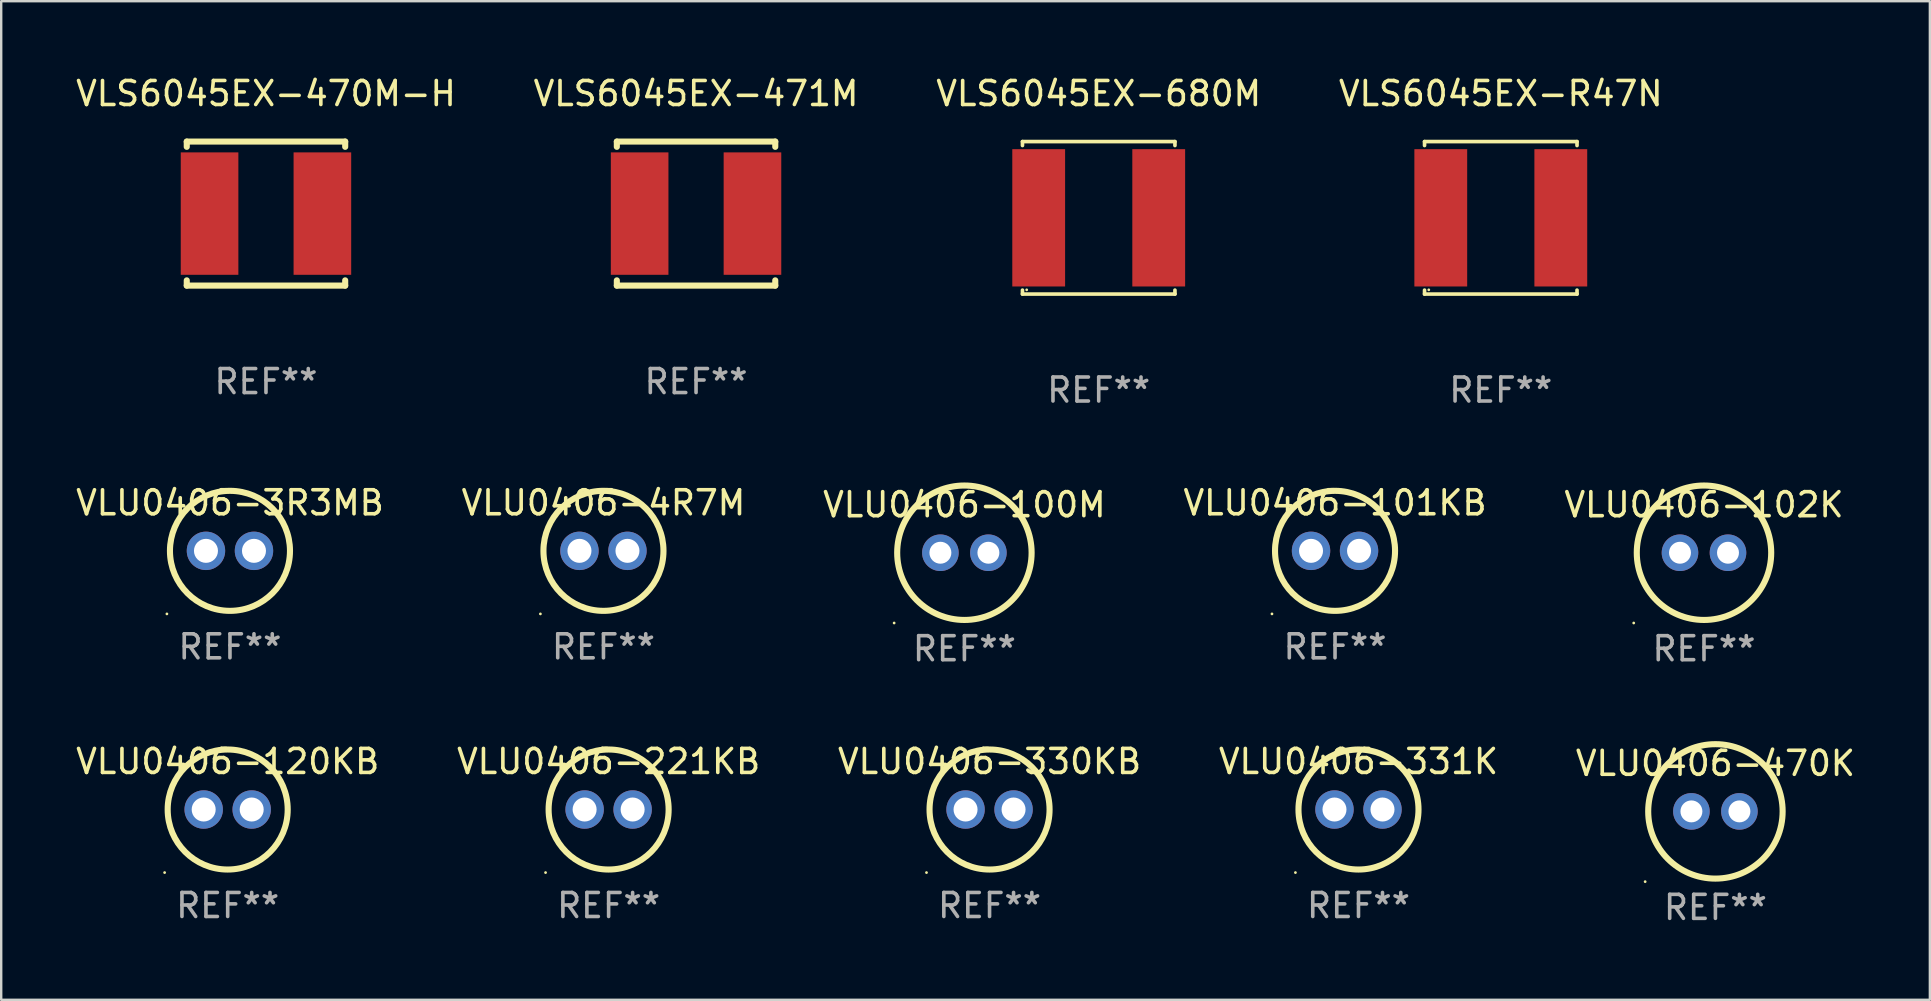
<source format=kicad_pcb>
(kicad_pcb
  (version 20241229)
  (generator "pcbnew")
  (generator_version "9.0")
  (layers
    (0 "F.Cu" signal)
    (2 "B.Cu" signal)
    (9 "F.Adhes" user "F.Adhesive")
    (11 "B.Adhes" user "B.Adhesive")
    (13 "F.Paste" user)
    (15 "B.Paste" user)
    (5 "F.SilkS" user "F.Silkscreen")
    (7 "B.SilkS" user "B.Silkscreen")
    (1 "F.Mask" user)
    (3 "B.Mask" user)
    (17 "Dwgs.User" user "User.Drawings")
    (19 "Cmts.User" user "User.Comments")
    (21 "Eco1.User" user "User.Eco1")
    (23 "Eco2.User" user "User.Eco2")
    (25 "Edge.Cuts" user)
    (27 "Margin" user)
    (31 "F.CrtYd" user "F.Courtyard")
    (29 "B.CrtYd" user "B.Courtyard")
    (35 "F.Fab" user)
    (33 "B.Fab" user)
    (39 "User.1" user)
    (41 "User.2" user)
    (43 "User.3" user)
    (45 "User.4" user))
  (footprint "VLS6045EX-680M"
    (layer "F.Cu")
    (at 42.72 6.024)
    (property "Reference" "VLS6045EX-680M" (at 0 -5.176 0) (layer "F.SilkS") (effects (font (size 1 1) (thickness 0.15))))
    (attr through_hole)
    (fp_line (start -3.176 -3.176) (end 3.176 -3.176) (stroke (width 0.152) (type solid)) (layer "F.SilkS"))
    (fp_line (start -3.176 -3.012) (end -3.176 -3.176) (stroke (width 0.152) (type solid)) (layer "F.SilkS"))
    (fp_line (start -3.176 3.012) (end -3.176 3.176) (stroke (width 0.152) (type solid)) (layer "F.SilkS"))
    (fp_line (start -3.176 3.176) (end 3.176 3.176) (stroke (width 0.152) (type solid)) (layer "F.SilkS"))
    (fp_line (start 3.176 -3.176) (end 3.176 -3.012) (stroke (width 0.152) (type solid)) (layer "F.SilkS"))
    (fp_line (start 3.176 3.176) (end 3.176 3.012) (stroke (width 0.152) (type solid)) (layer "F.SilkS"))
    (fp_circle (center -3 3) (end -2.97 3) (stroke (width 0.06) (type solid)) (fill no) (layer "F.SilkS"))
    (fp_text user "REF**" (at 0 7.176 0) (layer "F.Fab") (effects (font (size 1 1) (thickness 0.15))))
    (pad "1" smd rect (at -2.5 0) (size 2.2 5.72) (layers "F.Cu" "F.Mask" "F.Paste"))
    (pad "2" smd rect (at 2.5 0) (size 2.2 5.72) (layers "F.Cu" "F.Mask" "F.Paste")))
  (footprint "VLS6045EX-R47N"
    (layer "F.Cu")
    (at 59.47 6.024)
    (property "Reference" "VLS6045EX-R47N" (at 0 -5.176 0) (layer "F.SilkS") (effects (font (size 1 1) (thickness 0.15))))
    (attr through_hole)
    (fp_line (start -3.176 -3.176) (end 3.176 -3.176) (stroke (width 0.152) (type solid)) (layer "F.SilkS"))
    (fp_line (start -3.176 -3.012) (end -3.176 -3.176) (stroke (width 0.152) (type solid)) (layer "F.SilkS"))
    (fp_line (start -3.176 3.012) (end -3.176 3.176) (stroke (width 0.152) (type solid)) (layer "F.SilkS"))
    (fp_line (start -3.176 3.176) (end 3.176 3.176) (stroke (width 0.152) (type solid)) (layer "F.SilkS"))
    (fp_line (start 3.176 -3.176) (end 3.176 -3.012) (stroke (width 0.152) (type solid)) (layer "F.SilkS"))
    (fp_line (start 3.176 3.176) (end 3.176 3.012) (stroke (width 0.152) (type solid)) (layer "F.SilkS"))
    (fp_circle (center -3 3) (end -2.97 3) (stroke (width 0.06) (type solid)) (fill no) (layer "F.SilkS"))
    (fp_text user "REF**" (at 0 7.176 0) (layer "F.Fab") (effects (font (size 1 1) (thickness 0.15))))
    (pad "1" smd rect (at -2.5 0) (size 2.2 5.72) (layers "F.Cu" "F.Mask" "F.Paste"))
    (pad "2" smd rect (at 2.5 0) (size 2.2 5.72) (layers "F.Cu" "F.Mask" "F.Paste")))
  (footprint "VLU0406-331K"
    (layer "F.Cu")
    (at 53.542 30.673)
    (property "Reference" "VLU0406-331K" (at 0 -2 0) (layer "F.SilkS") (effects (font (size 1 1) (thickness 0.15))))
    (attr through_hole)
    (fp_circle (center -2.627 2.627) (end -2.597 2.627) (stroke (width 0.06) (type solid)) (fill no) (layer "F.SilkS"))
    (fp_circle (center 0 0) (end 2.5 0) (stroke (width 0.254) (type solid)) (fill no) (layer "F.SilkS"))
    (fp_text user "REF**" (at 0 4 0) (layer "F.Fab") (effects (font (size 1 1) (thickness 0.15))))
    (pad "1" thru_hole circle (at -1 0) (size 1.6 1.6) (drill 1) (layers "*.Cu" "*.Mask"))
    (pad "2" thru_hole circle (at 1 0) (size 1.6 1.6) (drill 1) (layers "*.Cu" "*.Mask")))
  (footprint "VLS6045EX-471M"
    (layer "F.Cu")
    (at 25.946 5.848)
    (property "Reference" "VLS6045EX-471M" (at 0 -5 0) (layer "F.SilkS") (effects (font (size 1 1) (thickness 0.15))))
    (attr through_hole)
    (fp_line (start -3.3 -3) (end 3.3 -3) (stroke (width 0.254) (type solid)) (layer "F.SilkS"))
    (fp_line (start -3.3 -2.781) (end -3.3 -3) (stroke (width 0.254) (type solid)) (layer "F.SilkS"))
    (fp_line (start -3.3 3) (end -3.3 2.781) (stroke (width 0.254) (type solid)) (layer "F.SilkS"))
    (fp_line (start 3.3 -3) (end 3.3 -2.781) (stroke (width 0.254) (type solid)) (layer "F.SilkS"))
    (fp_line (start 3.3 2.781) (end 3.3 3) (stroke (width 0.254) (type solid)) (layer "F.SilkS"))
    (fp_line (start 3.3 3) (end -3.3 3) (stroke (width 0.254) (type solid)) (layer "F.SilkS"))
    (fp_circle (center -3.15 3) (end -3.12 3) (stroke (width 0.06) (type solid)) (fill no) (layer "F.SilkS"))
    (fp_text user "REF**" (at 0 7 0) (layer "F.Fab") (effects (font (size 1 1) (thickness 0.15))))
    (pad "1" smd rect (at -2.35 0) (size 2.4 5.1) (layers "F.Cu" "F.Mask" "F.Paste"))
    (pad "2" smd rect (at 2.35 0) (size 2.4 5.1) (layers "F.Cu" "F.Mask" "F.Paste")))
  (footprint "VLU0406-100M"
    (layer "F.Cu")
    (at 37.125 19.976)
    (property "Reference" "VLU0406-100M" (at 0 -2 0) (layer "F.SilkS") (effects (font (size 1 1) (thickness 0.15))))
    (attr through_hole)
    (fp_circle (center -2.927 2.927) (end -2.897 2.927) (stroke (width 0.06) (type solid)) (fill no) (layer "F.SilkS"))
    (fp_circle (center 0 0) (end 2.8 0) (stroke (width 0.254) (type solid)) (fill no) (layer "F.SilkS"))
    (fp_text user "REF**" (at 0 4 0) (layer "F.Fab") (effects (font (size 1 1) (thickness 0.15))))
    (pad "1" thru_hole circle (at -1 0) (size 1.524 1.524) (drill 0.914) (layers "*.Cu" "*.Mask"))
    (pad "2" thru_hole circle (at 1 0) (size 1.524 1.524) (drill 0.914) (layers "*.Cu" "*.Mask")))
  (footprint "VLU0406-3R3MB"
    (layer "F.Cu")
    (at 6.53 19.897)
    (property "Reference" "VLU0406-3R3MB" (at 0 -2 0) (layer "F.SilkS") (effects (font (size 1 1) (thickness 0.15))))
    (attr through_hole)
    (fp_circle (center -2.627 2.627) (end -2.597 2.627) (stroke (width 0.06) (type solid)) (fill no) (layer "F.SilkS"))
    (fp_circle (center 0 0) (end 2.5 0) (stroke (width 0.254) (type solid)) (fill no) (layer "F.SilkS"))
    (fp_text user "REF**" (at 0 4 0) (layer "F.Fab") (effects (font (size 1 1) (thickness 0.15))))
    (pad "1" thru_hole circle (at -1 0) (size 1.6 1.6) (drill 1) (layers "*.Cu" "*.Mask"))
    (pad "2" thru_hole circle (at 1 0) (size 1.6 1.6) (drill 1) (layers "*.Cu" "*.Mask")))
  (footprint "VLU0406-102K"
    (layer "F.Cu")
    (at 67.935 19.976)
    (property "Reference" "VLU0406-102K" (at 0 -2 0) (layer "F.SilkS") (effects (font (size 1 1) (thickness 0.15))))
    (attr through_hole)
    (fp_circle (center -2.927 2.927) (end -2.897 2.927) (stroke (width 0.06) (type solid)) (fill no) (layer "F.SilkS"))
    (fp_circle (center 0 0) (end 2.8 0) (stroke (width 0.254) (type solid)) (fill no) (layer "F.SilkS"))
    (fp_text user "REF**" (at 0 4 0) (layer "F.Fab") (effects (font (size 1 1) (thickness 0.15))))
    (pad "1" thru_hole circle (at -1 0) (size 1.524 1.524) (drill 0.914) (layers "*.Cu" "*.Mask"))
    (pad "2" thru_hole circle (at 1 0) (size 1.524 1.524) (drill 0.914) (layers "*.Cu" "*.Mask")))
  (footprint "VLU0406-470K"
    (layer "F.Cu")
    (at 68.411 30.751)
    (property "Reference" "VLU0406-470K" (at 0 -2 0) (layer "F.SilkS") (effects (font (size 1 1) (thickness 0.15))))
    (attr through_hole)
    (fp_circle (center -2.927 2.927) (end -2.897 2.927) (stroke (width 0.06) (type solid)) (fill no) (layer "F.SilkS"))
    (fp_circle (center 0 0) (end 2.8 0) (stroke (width 0.254) (type solid)) (fill no) (layer "F.SilkS"))
    (fp_text user "REF**" (at 0 4 0) (layer "F.Fab") (effects (font (size 1 1) (thickness 0.15))))
    (pad "1" thru_hole circle (at -1 0) (size 1.524 1.524) (drill 0.914) (layers "*.Cu" "*.Mask"))
    (pad "2" thru_hole circle (at 1 0) (size 1.524 1.524) (drill 0.914) (layers "*.Cu" "*.Mask")))
  (footprint "VLU0406-221KB"
    (layer "F.Cu")
    (at 22.304 30.673)
    (property "Reference" "VLU0406-221KB" (at 0 -2 0) (layer "F.SilkS") (effects (font (size 1 1) (thickness 0.15))))
    (attr through_hole)
    (fp_circle (center -2.627 2.627) (end -2.597 2.627) (stroke (width 0.06) (type solid)) (fill no) (layer "F.SilkS"))
    (fp_circle (center 0 0) (end 2.5 0) (stroke (width 0.254) (type solid)) (fill no) (layer "F.SilkS"))
    (fp_text user "REF**" (at 0 4 0) (layer "F.Fab") (effects (font (size 1 1) (thickness 0.15))))
    (pad "1" thru_hole circle (at -1 0) (size 1.6 1.6) (drill 1) (layers "*.Cu" "*.Mask"))
    (pad "2" thru_hole circle (at 1 0) (size 1.6 1.6) (drill 1) (layers "*.Cu" "*.Mask")))
  (footprint "VLU0406-101KB"
    (layer "F.Cu")
    (at 52.565 19.897)
    (property "Reference" "VLU0406-101KB" (at 0 -2 0) (layer "F.SilkS") (effects (font (size 1 1) (thickness 0.15))))
    (attr through_hole)
    (fp_circle (center -2.627 2.627) (end -2.597 2.627) (stroke (width 0.06) (type solid)) (fill no) (layer "F.SilkS"))
    (fp_circle (center 0 0) (end 2.5 0) (stroke (width 0.254) (type solid)) (fill no) (layer "F.SilkS"))
    (fp_text user "REF**" (at 0 4 0) (layer "F.Fab") (effects (font (size 1 1) (thickness 0.15))))
    (pad "1" thru_hole circle (at -1 0) (size 1.6 1.6) (drill 1) (layers "*.Cu" "*.Mask"))
    (pad "2" thru_hole circle (at 1 0) (size 1.6 1.6) (drill 1) (layers "*.Cu" "*.Mask")))
  (footprint "VLU0406-330KB"
    (layer "F.Cu")
    (at 38.173 30.673)
    (property "Reference" "VLU0406-330KB" (at 0 -2 0) (layer "F.SilkS") (effects (font (size 1 1) (thickness 0.15))))
    (attr through_hole)
    (fp_circle (center -2.627 2.627) (end -2.597 2.627) (stroke (width 0.06) (type solid)) (fill no) (layer "F.SilkS"))
    (fp_circle (center 0 0) (end 2.5 0) (stroke (width 0.254) (type solid)) (fill no) (layer "F.SilkS"))
    (fp_text user "REF**" (at 0 4 0) (layer "F.Fab") (effects (font (size 1 1) (thickness 0.15))))
    (pad "1" thru_hole circle (at -1 0) (size 1.6 1.6) (drill 1) (layers "*.Cu" "*.Mask"))
    (pad "2" thru_hole circle (at 1 0) (size 1.6 1.6) (drill 1) (layers "*.Cu" "*.Mask")))
  (footprint "VLU0406-120KB"
    (layer "F.Cu")
    (at 6.435 30.673)
    (property "Reference" "VLU0406-120KB" (at 0 -2 0) (layer "F.SilkS") (effects (font (size 1 1) (thickness 0.15))))
    (attr through_hole)
    (fp_circle (center -2.627 2.627) (end -2.597 2.627) (stroke (width 0.06) (type solid)) (fill no) (layer "F.SilkS"))
    (fp_circle (center 0 0) (end 2.5 0) (stroke (width 0.254) (type solid)) (fill no) (layer "F.SilkS"))
    (fp_text user "REF**" (at 0 4 0) (layer "F.Fab") (effects (font (size 1 1) (thickness 0.15))))
    (pad "1" thru_hole circle (at -1 0) (size 1.6 1.6) (drill 1) (layers "*.Cu" "*.Mask"))
    (pad "2" thru_hole circle (at 1 0) (size 1.6 1.6) (drill 1) (layers "*.Cu" "*.Mask")))
  (footprint "VLU0406-4R7M"
    (layer "F.Cu")
    (at 22.089 19.897)
    (property "Reference" "VLU0406-4R7M" (at 0 -2 0) (layer "F.SilkS") (effects (font (size 1 1) (thickness 0.15))))
    (attr through_hole)
    (fp_circle (center -2.627 2.627) (end -2.597 2.627) (stroke (width 0.06) (type solid)) (fill no) (layer "F.SilkS"))
    (fp_circle (center 0 0) (end 2.5 0) (stroke (width 0.254) (type solid)) (fill no) (layer "F.SilkS"))
    (fp_text user "REF**" (at 0 4 0) (layer "F.Fab") (effects (font (size 1 1) (thickness 0.15))))
    (pad "1" thru_hole circle (at -1 0) (size 1.6 1.6) (drill 1) (layers "*.Cu" "*.Mask"))
    (pad "2" thru_hole circle (at 1 0) (size 1.6 1.6) (drill 1) (layers "*.Cu" "*.Mask")))
  (footprint "VLS6045EX-470M-H"
    (layer "F.Cu")
    (at 8.03 5.848)
    (property "Reference" "VLS6045EX-470M-H" (at 0 -5 0) (layer "F.SilkS") (effects (font (size 1 1) (thickness 0.15))))
    (attr through_hole)
    (fp_line (start -3.3 -3) (end 3.3 -3) (stroke (width 0.254) (type solid)) (layer "F.SilkS"))
    (fp_line (start -3.3 -2.781) (end -3.3 -3) (stroke (width 0.254) (type solid)) (layer "F.SilkS"))
    (fp_line (start -3.3 3) (end -3.3 2.781) (stroke (width 0.254) (type solid)) (layer "F.SilkS"))
    (fp_line (start 3.3 -3) (end 3.3 -2.781) (stroke (width 0.254) (type solid)) (layer "F.SilkS"))
    (fp_line (start 3.3 2.781) (end 3.3 3) (stroke (width 0.254) (type solid)) (layer "F.SilkS"))
    (fp_line (start 3.3 3) (end -3.3 3) (stroke (width 0.254) (type solid)) (layer "F.SilkS"))
    (fp_circle (center -3.15 3) (end -3.12 3) (stroke (width 0.06) (type solid)) (fill no) (layer "F.SilkS"))
    (fp_text user "REF**" (at 0 7 0) (layer "F.Fab") (effects (font (size 1 1) (thickness 0.15))))
    (pad "1" smd rect (at -2.35 0) (size 2.4 5.1) (layers "F.Cu" "F.Mask" "F.Paste"))
    (pad "2" smd rect (at 2.35 0) (size 2.4 5.1) (layers "F.Cu" "F.Mask" "F.Paste")))
  (gr_rect
    (start -3 -3)
    (end 77.345 38.6)
    (stroke (width 0.1) (type default))
    (fill no)
    (layer "Edge.Cuts")))
</source>
